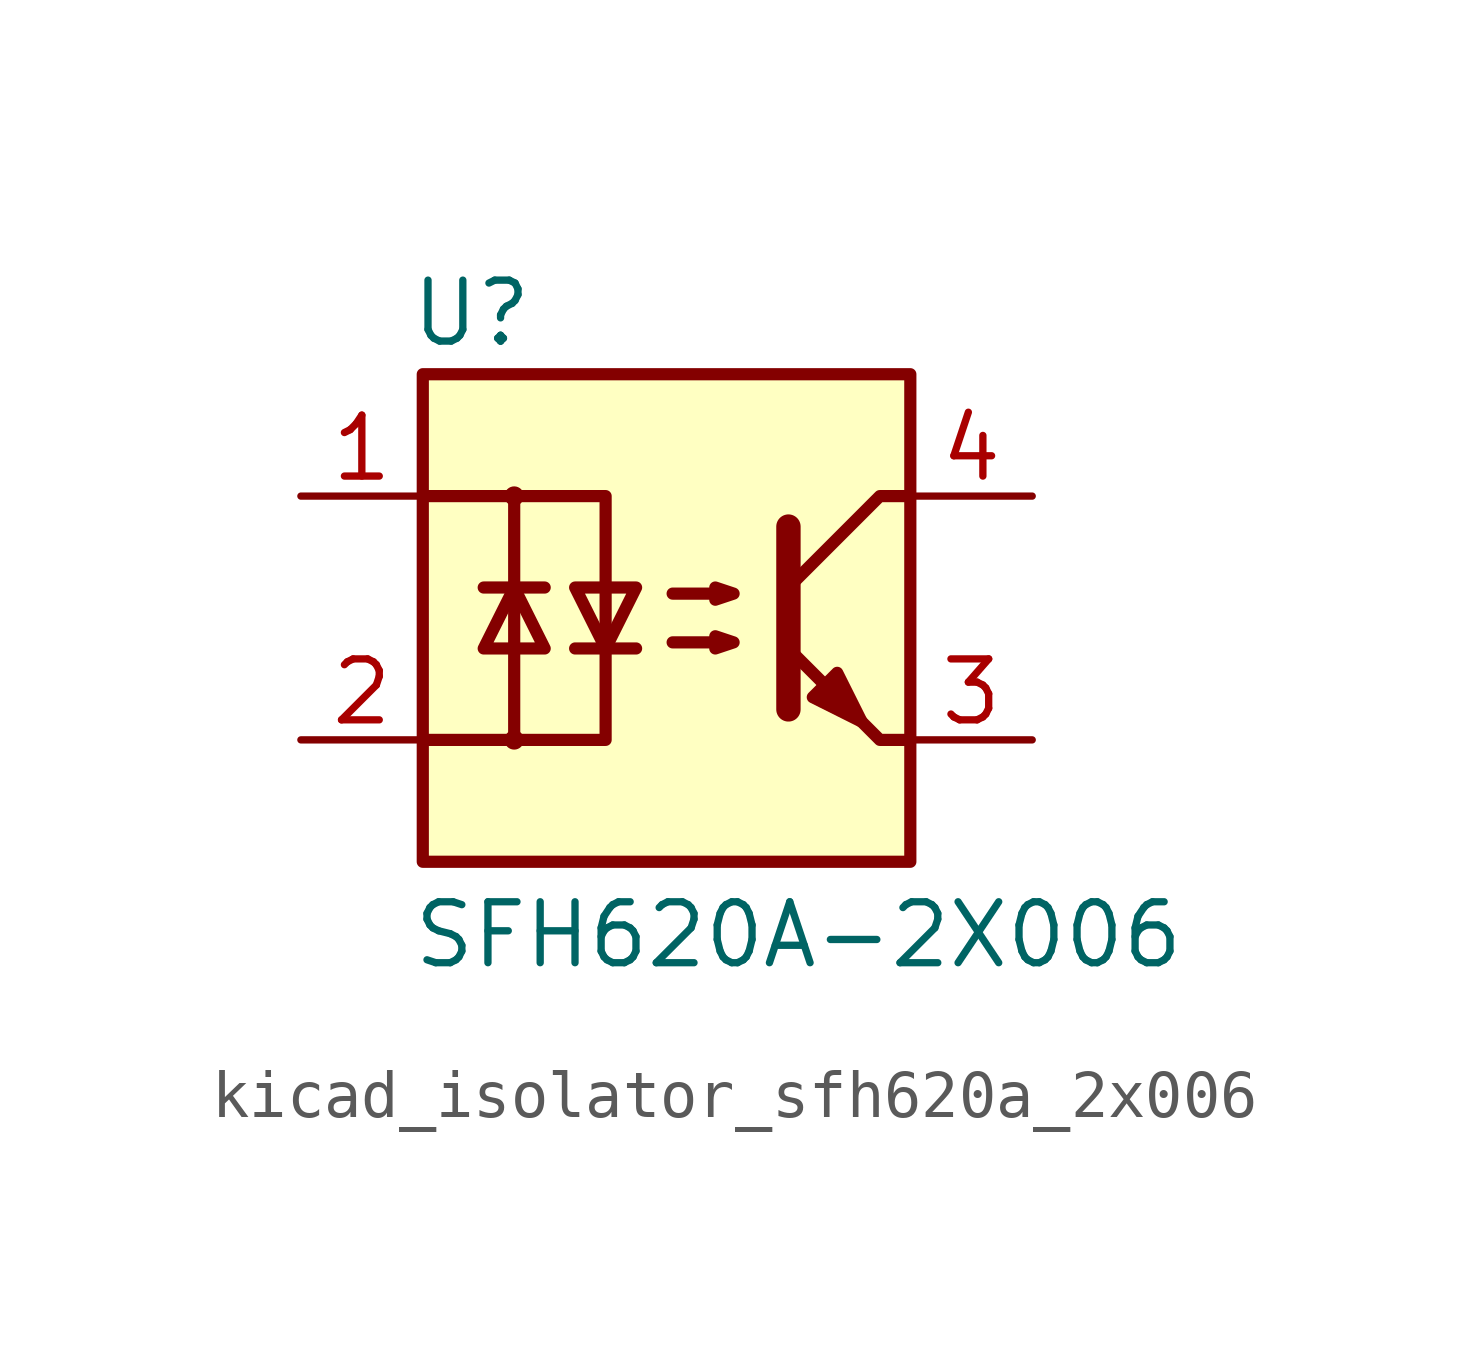
<source format=kicad_sym>
(kicad_symbol_lib
  (version 20220914)
  (generator kicad_symbol_editor)
  (symbol "kicad_isolator_sfh620a_2x006"
    (pin_names
      (offset 1.016))
    (property "Reference" "U"
      (at -4.064 6.35 0)
      (effects (font (size 1.27 1.27))))
    (property "Value" "SFH620A-2X006"
      (at -5.334 -6.604 0)
      (effects (font (size 1.27 1.27)) (justify left)))
    (symbol "kicad_isolator_sfh620a_2x006_1_1"
      (rectangle (start -5.08 5.08) (end 5.08 -5.08) (stroke (width 0.254) (type default)) (fill (type background)))
      (circle (center -3.175 -2.54) (radius 0.127) (stroke (width 0) (type default)) (fill (type none)))
      (circle (center -3.175 2.54) (radius 0.127) (stroke (width 0) (type default)) (fill (type none)))
      (polyline (pts (xy -3.81 0.635) (xy -2.54 0.635)) (stroke (width 0.254) (type default)) (fill (type none)))
      (polyline (pts (xy -1.905 -0.635) (xy -0.635 -0.635)) (stroke (width 0.254) (type default)) (fill (type none)))
      (polyline (pts (xy 2.54 1.905) (xy 2.54 -1.905) (xy 2.54 -1.905)) (stroke (width 0.508) (type default)) (fill (type none)))
      (polyline (pts (xy 5.08 -2.54) (xy 4.445 -2.54) (xy 2.54 -0.635)) (stroke (width 0.254) (type default)) (fill (type none)))
      (polyline (pts (xy 5.08 2.54) (xy 4.445 2.54) (xy 2.54 0.635)) (stroke (width 0.254) (type default)) (fill (type none)))
      (polyline (pts (xy -5.08 2.54) (xy -3.175 2.54) (xy -3.175 -2.54) (xy -5.08 -2.54)) (stroke (width 0.254) (type default)) (fill (type none)))
      (polyline (pts (xy -3.175 -2.54) (xy -1.27 -2.54) (xy -1.27 2.54) (xy -3.175 2.54)) (stroke (width 0.254) (type default)) (fill (type none)))
      (polyline (pts (xy -3.175 0.635) (xy -3.81 -0.635) (xy -2.54 -0.635) (xy -3.175 0.635)) (stroke (width 0.254) (type default)) (fill (type none)))
      (polyline (pts (xy -1.27 -0.635) (xy -1.905 0.635) (xy -0.635 0.635) (xy -1.27 -0.635)) (stroke (width 0.254) (type default)) (fill (type none)))
      (polyline (pts (xy 0.127 -0.508) (xy 1.397 -0.508) (xy 1.016 -0.635) (xy 1.016 -0.381) (xy 1.397 -0.508)) (stroke (width 0.254) (type default)) (fill (type none)))
      (polyline (pts (xy 0.127 0.508) (xy 1.397 0.508) (xy 1.016 0.381) (xy 1.016 0.635) (xy 1.397 0.508)) (stroke (width 0.254) (type default)) (fill (type none)))
      (polyline (pts (xy 3.048 -1.651) (xy 3.556 -1.143) (xy 4.064 -2.159) (xy 3.048 -1.651) (xy 3.048 -1.651)) (stroke (width 0.254) (type default)) (fill (type outline)))
      (pin passive line (at -7.62 2.54 0) (length 2.54) (name "~" (effects (font (size 1.27 1.27)))) (number "1" (effects (font (size 1.27 1.27)))))
      (pin passive line (at -7.62 -2.54 0) (length 2.54) (name "~" (effects (font (size 1.27 1.27)))) (number "2" (effects (font (size 1.27 1.27)))))
      (pin passive line (at 7.62 -2.54 180) (length 2.54) (name "~" (effects (font (size 1.27 1.27)))) (number "3" (effects (font (size 1.27 1.27)))))
      (pin passive line (at 7.62 2.54 180) (length 2.54) (name "~" (effects (font (size 1.27 1.27)))) (number "4" (effects (font (size 1.27 1.27))))))))
</source>
